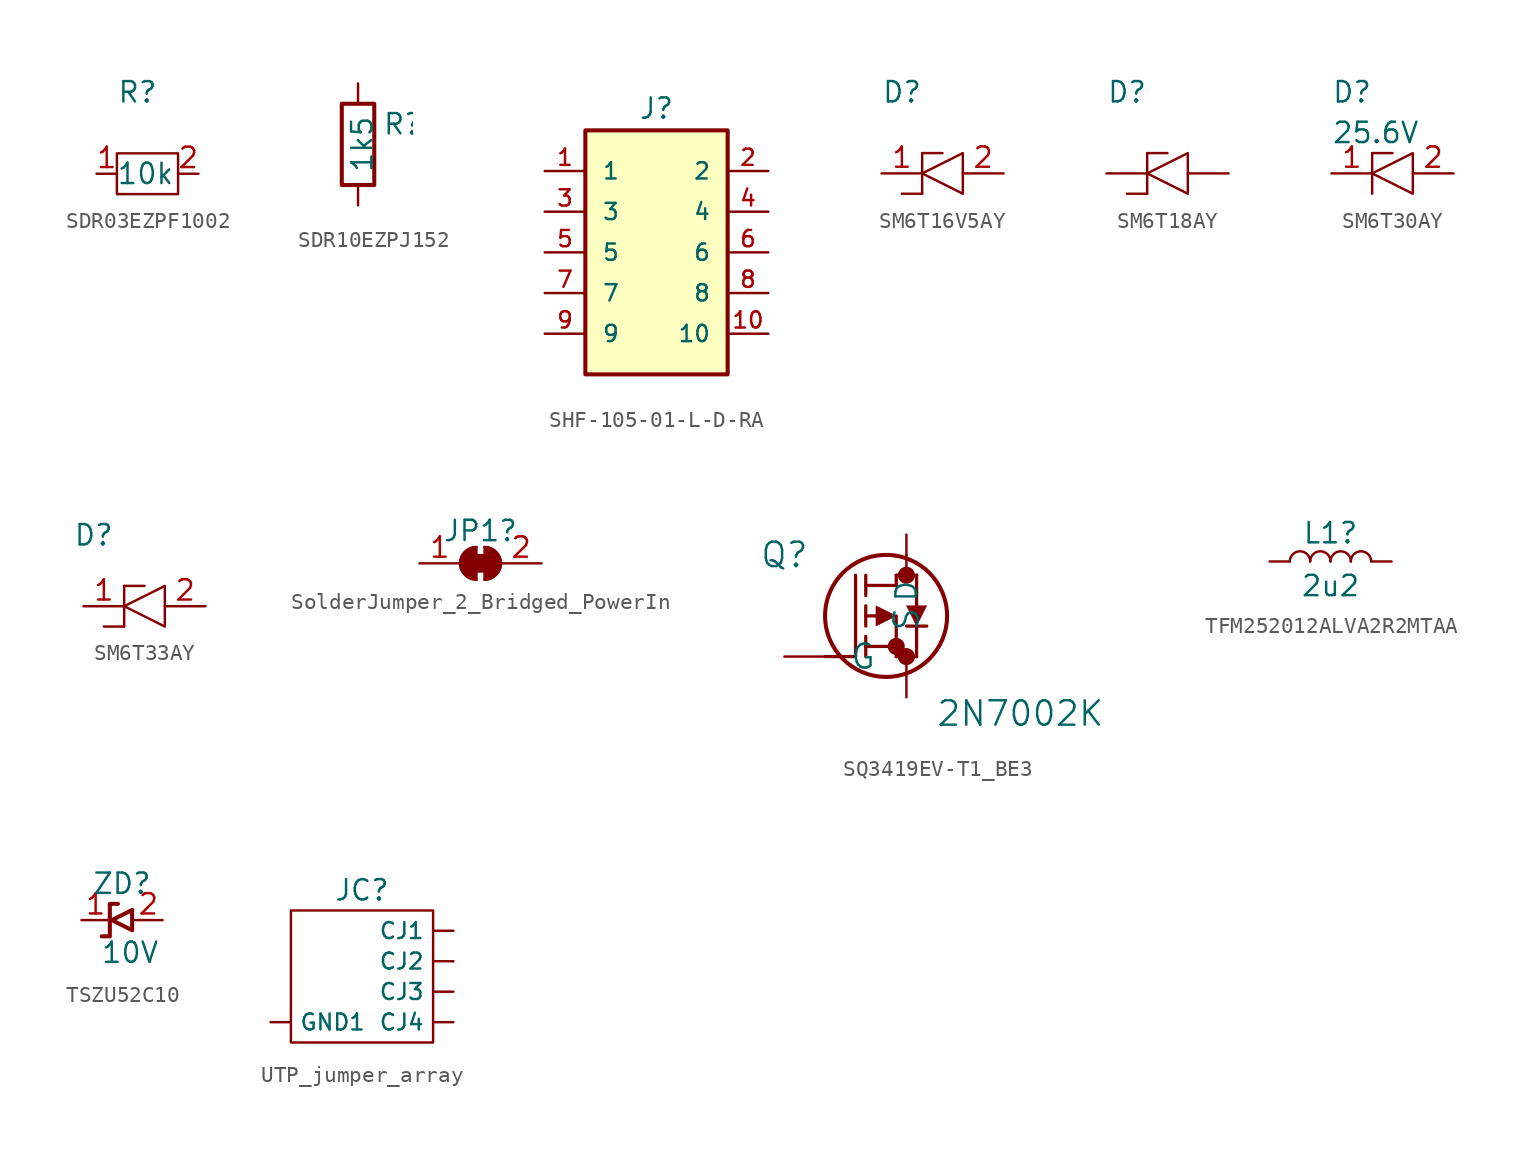
<source format=kicad_sym>
(kicad_symbol_lib
  (version 20220914)
  (generator kicad_symbol_editor)
  (symbol "SDR03EZPF1002"
    (pin_names
      (offset 0.762))
    (property "Reference" "R"
      (at 1.27 5.08 0)
      (effects (font (size 1.27 1.27)) (justify left)))
    (property "Value" "10k"
      (at 3.048 0 0)
      (effects (font (size 1.27 1.27))))
    (symbol "SDR03EZPF1002_0_0"
      (pin passive line (at 0 0 0) (length 1.27) (name "~" (effects (font (size 1.27 1.27)))) (number "1" (effects (font (size 1.27 1.27)))))
      (pin passive line (at 6.35 0 180) (length 1.27) (name "~" (effects (font (size 1.27 1.27)))) (number "2" (effects (font (size 1.27 1.27))))))
    (symbol "SDR03EZPF1002_0_1"
      (rectangle (start 1.27 1.27) (end 5.08 -1.27) (stroke (width 0) (type default)) (fill (type none)))))
  (symbol "SDR10EZPJ152"
    (pin_numbers hide)
    (pin_names
      (offset 0.762) hide)
    (property "Reference" "R"
      (at 2.54 1.27 0)
      (effects (font (size 1.27 1.27)) (justify left)))
    (property "Value" "1k5"
      (at 1.27 0 90)
      (effects (font (size 1.27 1.27))))
    (symbol "SDR10EZPJ152_0_1"
      (rectangle (start 0 -2.54) (end 2.032 2.54) (stroke (width 0.254) (type default)) (fill (type none))))
    (symbol "SDR10EZPJ152_1_1"
      (pin passive line (at 1.016 3.81 270) (length 1.27) (name "~" (effects (font (size 1.27 1.27)))) (number "1" (effects (font (size 1.27 1.27)))))
      (pin passive line (at 1.016 -3.81 90) (length 1.27) (name "~" (effects (font (size 1.27 1.27)))) (number "2" (effects (font (size 1.27 1.27)))))))
  (symbol "SHF-105-01-L-D-RA"
    (pin_names
      (offset 1.016))
    (property "Reference" "J"
      (at 0 8.25 0)
      (effects (font (size 1.27 1.27)) (justify bottom)))
    (symbol "SHF-105-01-L-D-RA_0_0"
      (rectangle (start -4.445 7.62) (end 4.445 -7.62) (stroke (width 0.254) (type default)) (fill (type background)))
      (pin passive line (at -6.985 5.08 0) (length 2.54) (name "1" (effects (font (size 1.016 1.016)))) (number "1" (effects (font (size 1.016 1.016)))))
      (pin passive line (at 6.985 -5.08 180) (length 2.54) (name "10" (effects (font (size 1.016 1.016)))) (number "10" (effects (font (size 1.016 1.016)))))
      (pin passive line (at 6.985 5.08 180) (length 2.54) (name "2" (effects (font (size 1.016 1.016)))) (number "2" (effects (font (size 1.016 1.016)))))
      (pin passive line (at -6.985 2.54 0) (length 2.54) (name "3" (effects (font (size 1.016 1.016)))) (number "3" (effects (font (size 1.016 1.016)))))
      (pin passive line (at 6.985 2.54 180) (length 2.54) (name "4" (effects (font (size 1.016 1.016)))) (number "4" (effects (font (size 1.016 1.016)))))
      (pin passive line (at -6.985 0 0) (length 2.54) (name "5" (effects (font (size 1.016 1.016)))) (number "5" (effects (font (size 1.016 1.016)))))
      (pin passive line (at 6.985 0 180) (length 2.54) (name "6" (effects (font (size 1.016 1.016)))) (number "6" (effects (font (size 1.016 1.016)))))
      (pin passive line (at -6.985 -2.54 0) (length 2.54) (name "7" (effects (font (size 1.016 1.016)))) (number "7" (effects (font (size 1.016 1.016)))))
      (pin passive line (at 6.985 -2.54 180) (length 2.54) (name "8" (effects (font (size 1.016 1.016)))) (number "8" (effects (font (size 1.016 1.016)))))
      (pin passive line (at -6.985 -5.08 0) (length 2.54) (name "9" (effects (font (size 1.016 1.016)))) (number "9" (effects (font (size 1.016 1.016)))))))
  (symbol "SM6T16V5AY"
    (pin_names
      (offset 0.762))
    (property "Reference" "D"
      (at 0 5.08 0)
      (effects (font (size 1.27 1.27)) (justify left)))
    (symbol "SM6T16V5AY_0_0"
      (pin passive line (at 0 0 0) (length 2.54) (name "~" (effects (font (size 1.27 1.27)))) (number "1" (effects (font (size 1.27 1.27)))))
      (pin passive line (at 7.62 0 180) (length 2.54) (name "~" (effects (font (size 1.27 1.27)))) (number "2" (effects (font (size 1.27 1.27))))))
    (symbol "SM6T16V5AY_0_1"
      (polyline (pts (xy 1.27 -1.27) (xy 2.54 -1.27)) (stroke (width 0) (type default)) (fill (type none)))
      (polyline (pts (xy 2.54 1.27) (xy 2.54 -1.27)) (stroke (width 0) (type default)) (fill (type none)))
      (polyline (pts (xy 2.54 1.27) (xy 3.81 1.27)) (stroke (width 0) (type default)) (fill (type none)))
      (polyline (pts (xy 2.54 0) (xy 5.08 1.27) (xy 5.08 -1.27) (xy 2.54 0)) (stroke (width 0) (type default)) (fill (type none)))))
  (symbol "SM6T18AY"
    (pin_numbers hide)
    (pin_names
      (offset 0.762) hide)
    (property "Reference" "D"
      (at 0 5.08 0)
      (effects (font (size 1.27 1.27)) (justify left)))
    (symbol "SM6T18AY_0_0"
      (pin passive line (at 0 0 0) (length 2.54) (name "~" (effects (font (size 1.27 1.27)))) (number "1" (effects (font (size 1.27 1.27)))))
      (pin passive line (at 7.62 0 180) (length 2.54) (name "~" (effects (font (size 1.27 1.27)))) (number "2" (effects (font (size 1.27 1.27))))))
    (symbol "SM6T18AY_0_1"
      (polyline (pts (xy 2.54 -1.27) (xy 1.27 -1.27)) (stroke (width 0) (type default)) (fill (type none)))
      (polyline (pts (xy 2.54 1.27) (xy 2.54 -1.27)) (stroke (width 0) (type default)) (fill (type none)))
      (polyline (pts (xy 2.54 1.27) (xy 3.81 1.27)) (stroke (width 0) (type default)) (fill (type none)))
      (polyline (pts (xy 2.54 0) (xy 5.08 1.27) (xy 5.08 -1.27) (xy 2.54 0)) (stroke (width 0) (type default)) (fill (type none)))))
  (symbol "SM6T30AY"
    (pin_names
      (offset 0.762))
    (property "Reference" "D"
      (at 0 5.08 0)
      (effects (font (size 1.27 1.27)) (justify left)))
    (property "Value" "25.6V"
      (at 0 2.54 0)
      (effects (font (size 1.27 1.27)) (justify left)))
    (symbol "SM6T30AY_0_0"
      (pin passive line (at 0 0 0) (length 2.54) (name "~" (effects (font (size 1.27 1.27)))) (number "1" (effects (font (size 1.27 1.27)))))
      (pin passive line (at 7.62 0 180) (length 2.54) (name "~" (effects (font (size 1.27 1.27)))) (number "2" (effects (font (size 1.27 1.27))))))
    (symbol "SM6T30AY_0_1"
      (polyline (pts (xy 2.54 1.27) (xy 2.54 -1.27)) (stroke (width 0) (type default)) (fill (type none)))
      (polyline (pts (xy 2.54 1.27) (xy 3.81 1.27)) (stroke (width 0) (type default)) (fill (type none)))
      (polyline (pts (xy 2.54 0) (xy 5.08 1.27) (xy 5.08 -1.27) (xy 2.54 0)) (stroke (width 0) (type default)) (fill (type none)))))
  (symbol "SM6T33AY"
    (pin_names
      (offset 0.762))
    (property "Reference" "D"
      (at 0.635 4.445 0)
      (effects (font (size 1.27 1.27))))
    (symbol "SM6T33AY_0_0"
      (pin passive line (at 0 0 0) (length 2.54) (name "~" (effects (font (size 1.27 1.27)))) (number "1" (effects (font (size 1.27 1.27)))))
      (pin passive line (at 7.62 0 180) (length 2.54) (name "~" (effects (font (size 1.27 1.27)))) (number "2" (effects (font (size 1.27 1.27))))))
    (symbol "SM6T33AY_0_1"
      (polyline (pts (xy 1.27 -1.27) (xy 2.54 -1.27)) (stroke (width 0) (type default)) (fill (type none)))
      (polyline (pts (xy 2.54 1.27) (xy 2.54 -1.27)) (stroke (width 0) (type default)) (fill (type none)))
      (polyline (pts (xy 2.54 1.27) (xy 3.81 1.27)) (stroke (width 0) (type default)) (fill (type none)))
      (polyline (pts (xy 2.54 0) (xy 5.08 1.27) (xy 5.08 -1.27) (xy 2.54 0)) (stroke (width 0) (type default)) (fill (type none)))))
  (symbol "SolderJumper_2_Bridged_PowerIn"
    (pin_names
      (offset 0) hide)
    (property "Reference" "JP1"
      (at 0 2.032 0)
      (effects (font (size 1.27 1.27))))
    (symbol "SolderJumper_2_Bridged_PowerIn_0_1"
      (rectangle (start -0.508 0.508) (end 0.508 -0.508) (stroke (width 0) (type default)) (fill (type outline)))
      (arc (start -0.254 1.016) (mid -1.2656 0) (end -0.254 -1.016) (stroke (width 0) (type default)) (fill (type none)))
      (arc (start -0.254 1.016) (mid -1.2656 0) (end -0.254 -1.016) (stroke (width 0) (type default)) (fill (type outline)))
      (polyline (pts (xy -0.254 1.016) (xy -0.254 -1.016)) (stroke (width 0) (type default)) (fill (type none)))
      (polyline (pts (xy 0.254 1.016) (xy 0.254 -1.016)) (stroke (width 0) (type default)) (fill (type none)))
      (arc (start 0.254 -1.016) (mid 1.2656 0) (end 0.254 1.016) (stroke (width 0) (type default)) (fill (type none)))
      (arc (start 0.254 -1.016) (mid 1.2656 0) (end 0.254 1.016) (stroke (width 0) (type default)) (fill (type outline))))
    (symbol "SolderJumper_2_Bridged_PowerIn_1_1"
      (pin passive line (at -3.81 0 0) (length 2.54) (name "A" (effects (font (size 1.27 1.27)))) (number "1" (effects (font (size 1.27 1.27)))))
      (pin power_out line (at 3.81 0 180) (length 2.54) (name "B" (effects (font (size 1.27 1.27)))) (number "2" (effects (font (size 1.27 1.27)))))))
  (symbol "SQ3419EV-T1_BE3"
    (pin_numbers hide)
    (pin_names
      (offset 1.524))
    (property "Reference" "Q"
      (at 0 6.35 0)
      (effects (font (size 1.524 1.524))))
    (property "Value" "2N7002K"
      (at 14.732 -3.556 0)
      (effects (font (size 1.524 1.524))))
    (symbol "SQ3419EV-T1_BE3_1_1"
      (polyline (pts (xy 2.54 0) (xy 4.445 0)) (stroke (width 0.203) (type default)) (fill (type none)))
      (polyline (pts (xy 4.445 0) (xy 4.445 5.08)) (stroke (width 0.203) (type default)) (fill (type none)))
      (polyline (pts (xy 5.08 0) (xy 5.08 1.27)) (stroke (width 0.203) (type default)) (fill (type none)))
      (polyline (pts (xy 5.08 0.635) (xy 6.985 0.635)) (stroke (width 0.203) (type default)) (fill (type none)))
      (polyline (pts (xy 5.08 1.905) (xy 5.08 3.175)) (stroke (width 0.203) (type default)) (fill (type none)))
      (polyline (pts (xy 5.08 3.81) (xy 5.08 5.08)) (stroke (width 0.203) (type default)) (fill (type none)))
      (polyline (pts (xy 5.08 4.445) (xy 6.985 4.445)) (stroke (width 0.203) (type default)) (fill (type none)))
      (polyline (pts (xy 5.715 2.54) (xy 5.08 2.54)) (stroke (width 0.203) (type default)) (fill (type none)))
      (polyline (pts (xy 6.985 0) (xy 6.985 2.54)) (stroke (width 0.203) (type default)) (fill (type none)))
      (polyline (pts (xy 6.985 0) (xy 8.255 0)) (stroke (width 0.203) (type default)) (fill (type none)))
      (polyline (pts (xy 6.985 4.445) (xy 6.985 5.08)) (stroke (width 0.203) (type default)) (fill (type none)))
      (polyline (pts (xy 6.985 5.08) (xy 8.255 5.08)) (stroke (width 0.203) (type default)) (fill (type none)))
      (polyline (pts (xy 7.62 1.905) (xy 8.89 1.905)) (stroke (width 0.203) (type default)) (fill (type none)))
      (polyline (pts (xy 7.62 5.08) (xy 7.62 6.35)) (stroke (width 0) (type default)) (fill (type none)))
      (polyline (pts (xy 8.255 1.905) (xy 8.255 0)) (stroke (width 0.203) (type default)) (fill (type none)))
      (polyline (pts (xy 8.255 5.08) (xy 8.255 3.175)) (stroke (width 0.203) (type default)) (fill (type none)))
      (polyline (pts (xy 5.715 1.905) (xy 6.985 2.54) (xy 5.715 3.175) (xy 5.715 1.905)) (stroke (width 0.025) (type default)) (fill (type outline)))
      (polyline (pts (xy 7.62 3.175) (xy 8.89 3.175) (xy 8.255 1.905) (xy 7.62 3.175)) (stroke (width 0.025) (type default)) (fill (type outline)))
      (circle (center 6.35 2.54) (radius 3.81) (stroke (width 0.254) (type default)) (fill (type none)))
      (circle (center 6.985 0.635) (radius 0.025) (stroke (width 0.508) (type default)) (fill (type none)))
      (circle (center 7.62 0) (radius 0.025) (stroke (width 0.508) (type default)) (fill (type none)))
      (circle (center 7.62 5.08) (radius 0.025) (stroke (width 0.508) (type default)) (fill (type none)))
      (pin passive line (at 7.62 7.62 270) (length 1.27) (name "D" (effects (font (size 1.27 1.27)))) (number "1" (effects (font (size 1.27 1.27)))))
      (pin passive line (at 7.62 7.62 270) (length 1.27) hide (name "D" (effects (font (size 1.499 1.499)))) (number "2" (effects (font (size 1.499 1.499)))))
      (pin passive line (at 0 0 0) (length 2.54) (name "G" (effects (font (size 1.499 1.499)))) (number "3" (effects (font (size 1.499 1.499)))))
      (pin passive line (at 7.62 -2.54 90) (length 2.54) (name "S" (effects (font (size 1.499 1.499)))) (number "4" (effects (font (size 1.499 1.499)))))
      (pin passive line (at 7.62 7.62 270) (length 1.27) hide (name "D" (effects (font (size 1.499 1.499)))) (number "5" (effects (font (size 1.499 1.499)))))
      (pin passive line (at 7.62 7.62 270) (length 1.27) hide (name "D" (effects (font (size 1.499 1.499)))) (number "6" (effects (font (size 1.499 1.499)))))))
  (symbol "TFM252012ALVA2R2MTAA"
    (pin_numbers hide)
    (pin_names
      (offset 1.016) hide)
    (property "Reference" "L1"
      (at 0 1.778 0)
      (effects (font (size 1.27 1.27))))
    (property "Value" "2u2"
      (at 0 -1.524 0)
      (effects (font (size 1.27 1.27))))
    (symbol "TFM252012ALVA2R2MTAA_0_1"
      (arc (start -1.27 0) (mid -1.905 0.6323) (end -2.54 0) (stroke (width 0) (type default)) (fill (type none)))
      (arc (start 0 0) (mid -0.635 0.6323) (end -1.27 0) (stroke (width 0) (type default)) (fill (type none)))
      (arc (start 1.27 0) (mid 0.635 0.6323) (end 0 0) (stroke (width 0) (type default)) (fill (type none)))
      (arc (start 2.54 0) (mid 1.905 0.6323) (end 1.27 0) (stroke (width 0) (type default)) (fill (type none))))
    (symbol "TFM252012ALVA2R2MTAA_1_1"
      (pin passive line (at -3.81 0 0) (length 1.27) (name "1" (effects (font (size 1.27 1.27)))) (number "1" (effects (font (size 1.27 1.27)))))
      (pin power_out line (at 3.81 0 180) (length 1.27) (name "2" (effects (font (size 1.27 1.27)))) (number "2" (effects (font (size 1.27 1.27)))))))
  (symbol "TSZU52C10"
    (pin_names
      (offset 0.254))
    (property "Reference" "ZD"
      (at 0 2.286 0)
      (effects (font (size 1.27 1.27))))
    (property "Value" "10V"
      (at 0.508 -2.032 0)
      (effects (font (size 1.27 1.27))))
    (symbol "TSZU52C10_0_1"
      (polyline (pts (xy -0.254 1.016) (xy -0.762 1.016) (xy -0.762 -1.016) (xy -1.27 -1.016)) (stroke (width 0.254) (type default)) (fill (type none)))
      (polyline (pts (xy 0.635 0.635) (xy -0.635 0) (xy 0.635 -0.635) (xy 0.635 0.635)) (stroke (width 0.254) (type default)) (fill (type none))))
    (symbol "TSZU52C10_1_1"
      (pin passive line (at -2.54 0 0) (length 1.778) (name "" (effects (font (size 1.27 1.27)))) (number "1" (effects (font (size 1.27 1.27)))))
      (pin passive line (at 2.54 0 180) (length 1.778) (name "" (effects (font (size 1.27 1.27)))) (number "2" (effects (font (size 1.27 1.27)))))))
  (symbol "UTP_jumper_array"
    (pin_numbers hide)
    (property "Reference" "JC"
      (at 0 3.175 0)
      (effects (font (size 1.27 1.27))))
    (symbol "UTP_jumper_array_0_1"
      (rectangle (start -4.445 1.905) (end 4.445 -6.35) (stroke (width 0) (type default)) (fill (type none))))
    (symbol "UTP_jumper_array_1_1"
      (pin passive line (at 5.715 0.635 180) (length 1.27) (name "CJ1" (effects (font (size 1 1)))) (number "1" (effects (font (size 1.27 1.27)))))
      (pin passive line (at 5.715 -1.27 180) (length 1.27) (name "CJ2" (effects (font (size 1 1)))) (number "2" (effects (font (size 1.27 1.27)))))
      (pin passive line (at 5.715 -3.175 180) (length 1.27) (name "CJ3" (effects (font (size 1 1)))) (number "3" (effects (font (size 1.27 1.27)))))
      (pin passive line (at 5.715 -5.08 180) (length 1.27) (name "CJ4" (effects (font (size 1 1)))) (number "4" (effects (font (size 1.27 1.27)))))
      (pin passive line (at -5.715 -5.08 0) (length 1.27) (name "GND1" (effects (font (size 1 1)))) (number "5" (effects (font (size 1.27 1.27)))))
      (pin passive line (at -5.715 -5.08 0) (length 1.27) hide (name "GND2" (effects (font (size 1 1)))) (number "6" (effects (font (size 1.27 1.27)))))
      (pin passive line (at -5.715 -5.08 0) (length 1.27) hide (name "GND3" (effects (font (size 1 1)))) (number "7" (effects (font (size 1.27 1.27)))))
      (pin passive line (at -5.715 -5.08 0) (length 1.27) hide (name "GND4" (effects (font (size 1 1)))) (number "8" (effects (font (size 1.27 1.27))))))))
</source>
